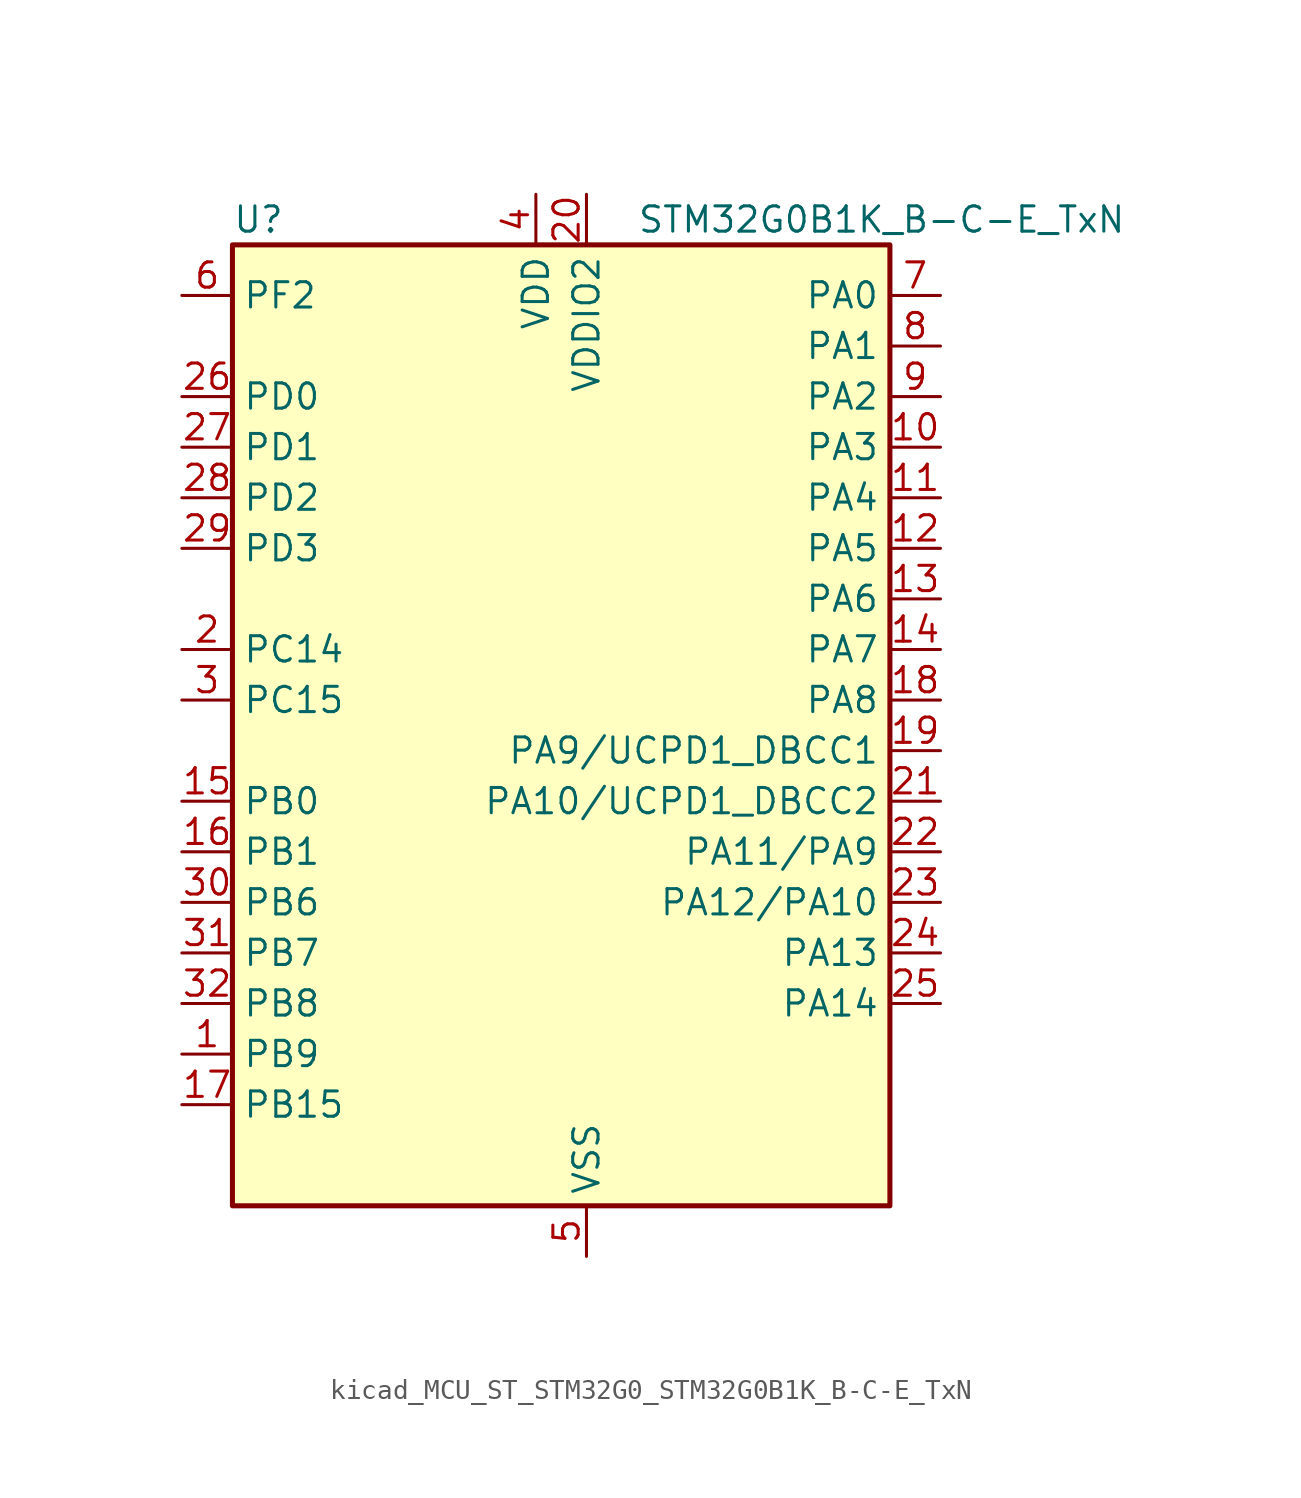
<source format=kicad_sym>
(kicad_symbol_lib
  (version 20220914)
  (generator kicad_symbol_editor)
  (symbol "kicad_MCU_ST_STM32G0_STM32G0B1K_B-C-E_TxN"
    (property "Reference" "U"
      (at -15.24 26.67 0)
      (effects (font (size 1.27 1.27)) (justify left)))
    (property "Value" "STM32G0B1K_B-C-E_TxN"
      (at 5.08 26.67 0)
      (effects (font (size 1.27 1.27)) (justify left)))
    (property "ki_locked" ""
      (at 0 0 0)
      (effects (font (size 1.27 1.27))))
    (symbol "kicad_MCU_ST_STM32G0_STM32G0B1K_B-C-E_TxN_0_1"
      (rectangle (start -15.24 -22.86) (end 17.78 25.4) (stroke (width 0.254) (type default)) (fill (type background))))
    (symbol "kicad_MCU_ST_STM32G0_STM32G0B1K_B-C-E_TxN_1_1"
      (pin bidirectional line (at -17.78 -15.24 0) (length 2.54) (name "PB9" (effects (font (size 1.27 1.27)))) (number "1" (effects (font (size 1.27 1.27)))) (alternate "DAC1_EXTI9" bidirectional line) (alternate "FDCAN1_TX" bidirectional line) (alternate "I2C1_SDA" bidirectional line) (alternate "I2S2_WS" bidirectional line) (alternate "IR_OUT" bidirectional line) (alternate "SPI2_NSS" bidirectional line) (alternate "TIM17_CH1" bidirectional line) (alternate "TIM4_CH4" bidirectional line) (alternate "UCPD2_FRSTX1" bidirectional line) (alternate "UCPD2_FRSTX2" bidirectional line) (alternate "USART3_RX" bidirectional line) (alternate "USART6_RX" bidirectional line))
      (pin bidirectional line (at 20.32 15.24 180) (length 2.54) (name "PA3" (effects (font (size 1.27 1.27)))) (number "10" (effects (font (size 1.27 1.27)))) (alternate "ADC1_IN3" bidirectional line) (alternate "COMP2_INP" bidirectional line) (alternate "I2S2_MCK" bidirectional line) (alternate "LPUART1_RX" bidirectional line) (alternate "SPI2_MISO" bidirectional line) (alternate "TIM15_CH2" bidirectional line) (alternate "TIM2_CH4" bidirectional line) (alternate "UCPD2_FRSTX1" bidirectional line) (alternate "UCPD2_FRSTX2" bidirectional line) (alternate "USART2_RX" bidirectional line))
      (pin bidirectional line (at 20.32 12.7 180) (length 2.54) (name "PA4" (effects (font (size 1.27 1.27)))) (number "11" (effects (font (size 1.27 1.27)))) (alternate "ADC1_IN4" bidirectional line) (alternate "DAC1_OUT1" bidirectional line) (alternate "I2S1_WS" bidirectional line) (alternate "I2S2_SD" bidirectional line) (alternate "LPTIM2_OUT" bidirectional line) (alternate "RTC_OUT1" bidirectional line) (alternate "RTC_TAMP_IN1" bidirectional line) (alternate "RTC_TS" bidirectional line) (alternate "SPI1_NSS" bidirectional line) (alternate "SPI2_MOSI" bidirectional line) (alternate "SYS_WKUP2" bidirectional line) (alternate "TIM14_CH1" bidirectional line) (alternate "UCPD2_FRSTX1" bidirectional line) (alternate "UCPD2_FRSTX2" bidirectional line) (alternate "USART6_TX" bidirectional line) (alternate "USB_NOE" bidirectional line))
      (pin bidirectional line (at 20.32 10.16 180) (length 2.54) (name "PA5" (effects (font (size 1.27 1.27)))) (number "12" (effects (font (size 1.27 1.27)))) (alternate "ADC1_IN5" bidirectional line) (alternate "CEC" bidirectional line) (alternate "DAC1_OUT2" bidirectional line) (alternate "I2S1_CK" bidirectional line) (alternate "LPTIM2_ETR" bidirectional line) (alternate "SPI1_SCK" bidirectional line) (alternate "TIM2_CH1" bidirectional line) (alternate "TIM2_ETR" bidirectional line) (alternate "UCPD1_FRSTX1" bidirectional line) (alternate "UCPD1_FRSTX2" bidirectional line) (alternate "USART3_TX" bidirectional line) (alternate "USART6_RX" bidirectional line))
      (pin bidirectional line (at 20.32 7.62 180) (length 2.54) (name "PA6" (effects (font (size 1.27 1.27)))) (number "13" (effects (font (size 1.27 1.27)))) (alternate "ADC1_IN6" bidirectional line) (alternate "COMP1_OUT" bidirectional line) (alternate "I2C2_SDA" bidirectional line) (alternate "I2C3_SDA" bidirectional line) (alternate "I2S1_MCK" bidirectional line) (alternate "LPUART1_CTS" bidirectional line) (alternate "SPI1_MISO" bidirectional line) (alternate "TIM16_CH1" bidirectional line) (alternate "TIM1_BK" bidirectional line) (alternate "TIM3_CH1" bidirectional line) (alternate "USART3_CTS" bidirectional line) (alternate "USART3_NSS" bidirectional line) (alternate "USART6_CTS" bidirectional line) (alternate "USART6_NSS" bidirectional line))
      (pin bidirectional line (at 20.32 5.08 180) (length 2.54) (name "PA7" (effects (font (size 1.27 1.27)))) (number "14" (effects (font (size 1.27 1.27)))) (alternate "ADC1_IN7" bidirectional line) (alternate "COMP2_OUT" bidirectional line) (alternate "I2C2_SCL" bidirectional line) (alternate "I2C3_SCL" bidirectional line) (alternate "I2S1_SD" bidirectional line) (alternate "SPI1_MOSI" bidirectional line) (alternate "TIM14_CH1" bidirectional line) (alternate "TIM17_CH1" bidirectional line) (alternate "TIM1_CH1N" bidirectional line) (alternate "TIM3_CH2" bidirectional line) (alternate "UCPD1_FRSTX1" bidirectional line) (alternate "UCPD1_FRSTX2" bidirectional line) (alternate "USART6_CK" bidirectional line) (alternate "USART6_DE" bidirectional line) (alternate "USART6_RTS" bidirectional line))
      (pin bidirectional line (at -17.78 -2.54 0) (length 2.54) (name "PB0" (effects (font (size 1.27 1.27)))) (number "15" (effects (font (size 1.27 1.27)))) (alternate "ADC1_IN8" bidirectional line) (alternate "COMP1_OUT" bidirectional line) (alternate "COMP3_INP" bidirectional line) (alternate "FDCAN2_RX" bidirectional line) (alternate "I2S1_WS" bidirectional line) (alternate "LPTIM1_OUT" bidirectional line) (alternate "LPUART2_CTS" bidirectional line) (alternate "SPI1_NSS" bidirectional line) (alternate "TIM1_CH2N" bidirectional line) (alternate "TIM3_CH3" bidirectional line) (alternate "UCPD1_FRSTX1" bidirectional line) (alternate "UCPD1_FRSTX2" bidirectional line) (alternate "USART3_RX" bidirectional line) (alternate "USART5_TX" bidirectional line))
      (pin bidirectional line (at -17.78 -5.08 0) (length 2.54) (name "PB1" (effects (font (size 1.27 1.27)))) (number "16" (effects (font (size 1.27 1.27)))) (alternate "ADC1_IN9" bidirectional line) (alternate "COMP1_INM" bidirectional line) (alternate "COMP3_OUT" bidirectional line) (alternate "FDCAN2_TX" bidirectional line) (alternate "LPTIM2_IN1" bidirectional line) (alternate "LPUART1_DE" bidirectional line) (alternate "LPUART1_RTS" bidirectional line) (alternate "LPUART2_DE" bidirectional line) (alternate "LPUART2_RTS" bidirectional line) (alternate "TIM14_CH1" bidirectional line) (alternate "TIM1_CH3N" bidirectional line) (alternate "TIM3_CH4" bidirectional line) (alternate "USART3_CK" bidirectional line) (alternate "USART3_DE" bidirectional line) (alternate "USART3_RTS" bidirectional line) (alternate "USART5_RX" bidirectional line))
      (pin bidirectional line (at -17.78 -17.78 0) (length 2.54) (name "PB15" (effects (font (size 1.27 1.27)))) (number "17" (effects (font (size 1.27 1.27)))) (alternate "I2S2_SD" bidirectional line) (alternate "RTC_REFIN" bidirectional line) (alternate "SPI2_MOSI" bidirectional line) (alternate "TIM15_CH1N" bidirectional line) (alternate "TIM15_CH2" bidirectional line) (alternate "TIM1_CH3N" bidirectional line) (alternate "UCPD1_CC2" bidirectional line) (alternate "USART6_CTS" bidirectional line) (alternate "USART6_NSS" bidirectional line))
      (pin bidirectional line (at 20.32 2.54 180) (length 2.54) (name "PA8" (effects (font (size 1.27 1.27)))) (number "18" (effects (font (size 1.27 1.27)))) (alternate "CRS1_SYNC" bidirectional line) (alternate "I2C2_SMBA" bidirectional line) (alternate "I2S2_WS" bidirectional line) (alternate "LPTIM2_OUT" bidirectional line) (alternate "RCC_MCO" bidirectional line) (alternate "SPI2_NSS" bidirectional line) (alternate "TIM1_CH1" bidirectional line) (alternate "UCPD1_CC1" bidirectional line))
      (pin bidirectional line (at 20.32 0 180) (length 2.54) (name "PA9/UCPD1_DBCC1" (effects (font (size 1.27 1.27)))) (number "19" (effects (font (size 1.27 1.27)))) (alternate "DAC1_EXTI9" bidirectional line) (alternate "I2C1_SCL" bidirectional line) (alternate "I2C2_SCL" bidirectional line) (alternate "I2S2_MCK" bidirectional line) (alternate "RCC_MCO" bidirectional line) (alternate "SPI2_MISO" bidirectional line) (alternate "TIM15_BK" bidirectional line) (alternate "TIM1_CH2" bidirectional line) (alternate "UCPD1_DBCC1" bidirectional line) (alternate "USART1_TX" bidirectional line))
      (pin bidirectional line (at -17.78 5.08 0) (length 2.54) (name "PC14" (effects (font (size 1.27 1.27)))) (number "2" (effects (font (size 1.27 1.27)))) (alternate "RCC_OSC32_IN" bidirectional line) (alternate "RCC_OSC_IN" bidirectional line) (alternate "TIM1_BK2" bidirectional line))
      (pin power_in line (at 2.54 27.94 270) (length 2.54) (name "VDDIO2" (effects (font (size 1.27 1.27)))) (number "20" (effects (font (size 1.27 1.27)))))
      (pin bidirectional line (at 20.32 -2.54 180) (length 2.54) (name "PA10/UCPD1_DBCC2" (effects (font (size 1.27 1.27)))) (number "21" (effects (font (size 1.27 1.27)))) (alternate "I2C1_SDA" bidirectional line) (alternate "I2C2_SDA" bidirectional line) (alternate "I2S2_SD" bidirectional line) (alternate "RCC_MCO_2" bidirectional line) (alternate "SPI2_MOSI" bidirectional line) (alternate "TIM17_BK" bidirectional line) (alternate "TIM1_CH3" bidirectional line) (alternate "UCPD1_DBCC2" bidirectional line) (alternate "USART1_RX" bidirectional line))
      (pin bidirectional line (at 20.32 -5.08 180) (length 2.54) (name "PA11/PA9" (effects (font (size 1.27 1.27)))) (number "22" (effects (font (size 1.27 1.27)))) (alternate "ADC1_EXTI11" bidirectional line) (alternate "COMP1_OUT" bidirectional line) (alternate "FDCAN1_RX" bidirectional line) (alternate "I2C2_SCL" bidirectional line) (alternate "I2S1_MCK" bidirectional line) (alternate "SPI1_MISO" bidirectional line) (alternate "TIM1_BK2" bidirectional line) (alternate "TIM1_CH4" bidirectional line) (alternate "USART1_CTS" bidirectional line) (alternate "USART1_NSS" bidirectional line) (alternate "USB_DM" bidirectional line))
      (pin bidirectional line (at 20.32 -7.62 180) (length 2.54) (name "PA12/PA10" (effects (font (size 1.27 1.27)))) (number "23" (effects (font (size 1.27 1.27)))) (alternate "COMP2_OUT" bidirectional line) (alternate "FDCAN1_TX" bidirectional line) (alternate "I2C2_SDA" bidirectional line) (alternate "I2S1_SD" bidirectional line) (alternate "I2S_CKIN" bidirectional line) (alternate "SPI1_MOSI" bidirectional line) (alternate "TIM1_ETR" bidirectional line) (alternate "USART1_CK" bidirectional line) (alternate "USART1_DE" bidirectional line) (alternate "USART1_RTS" bidirectional line) (alternate "USB_DP" bidirectional line))
      (pin bidirectional line (at 20.32 -10.16 180) (length 2.54) (name "PA13" (effects (font (size 1.27 1.27)))) (number "24" (effects (font (size 1.27 1.27)))) (alternate "IR_OUT" bidirectional line) (alternate "LPUART2_RX" bidirectional line) (alternate "SYS_SWDIO" bidirectional line) (alternate "USB_NOE" bidirectional line))
      (pin bidirectional line (at 20.32 -12.7 180) (length 2.54) (name "PA14" (effects (font (size 1.27 1.27)))) (number "25" (effects (font (size 1.27 1.27)))) (alternate "LPUART2_TX" bidirectional line) (alternate "SYS_SWCLK" bidirectional line) (alternate "USART2_TX" bidirectional line))
      (pin bidirectional line (at -17.78 17.78 0) (length 2.54) (name "PD0" (effects (font (size 1.27 1.27)))) (number "26" (effects (font (size 1.27 1.27)))) (alternate "FDCAN1_RX" bidirectional line) (alternate "I2S2_WS" bidirectional line) (alternate "SPI2_NSS" bidirectional line) (alternate "TIM16_CH1" bidirectional line) (alternate "UCPD2_CC1" bidirectional line))
      (pin bidirectional line (at -17.78 15.24 0) (length 2.54) (name "PD1" (effects (font (size 1.27 1.27)))) (number "27" (effects (font (size 1.27 1.27)))) (alternate "FDCAN1_TX" bidirectional line) (alternate "I2S2_CK" bidirectional line) (alternate "SPI2_SCK" bidirectional line) (alternate "TIM17_CH1" bidirectional line) (alternate "UCPD2_DBCC1" bidirectional line))
      (pin bidirectional line (at -17.78 12.7 0) (length 2.54) (name "PD2" (effects (font (size 1.27 1.27)))) (number "28" (effects (font (size 1.27 1.27)))) (alternate "TIM1_CH1N" bidirectional line) (alternate "TIM3_ETR" bidirectional line) (alternate "UCPD2_CC2" bidirectional line) (alternate "USART3_CK" bidirectional line) (alternate "USART3_DE" bidirectional line) (alternate "USART3_RTS" bidirectional line) (alternate "USART5_RX" bidirectional line))
      (pin bidirectional line (at -17.78 10.16 0) (length 2.54) (name "PD3" (effects (font (size 1.27 1.27)))) (number "29" (effects (font (size 1.27 1.27)))) (alternate "I2S2_MCK" bidirectional line) (alternate "SPI2_MISO" bidirectional line) (alternate "TIM1_CH2N" bidirectional line) (alternate "UCPD2_DBCC2" bidirectional line) (alternate "USART2_CTS" bidirectional line) (alternate "USART2_NSS" bidirectional line) (alternate "USART5_TX" bidirectional line))
      (pin bidirectional line (at -17.78 2.54 0) (length 2.54) (name "PC15" (effects (font (size 1.27 1.27)))) (number "3" (effects (font (size 1.27 1.27)))) (alternate "RCC_OSC32_EN" bidirectional line) (alternate "RCC_OSC32_OUT" bidirectional line) (alternate "RCC_OSC_EN" bidirectional line) (alternate "TIM15_BK" bidirectional line))
      (pin bidirectional line (at -17.78 -7.62 0) (length 2.54) (name "PB6" (effects (font (size 1.27 1.27)))) (number "30" (effects (font (size 1.27 1.27)))) (alternate "COMP2_INP" bidirectional line) (alternate "FDCAN2_TX" bidirectional line) (alternate "I2C1_SCL" bidirectional line) (alternate "I2S2_MCK" bidirectional line) (alternate "LPTIM1_ETR" bidirectional line) (alternate "LPUART2_TX" bidirectional line) (alternate "SPI2_MISO" bidirectional line) (alternate "TIM16_CH1N" bidirectional line) (alternate "TIM1_CH3" bidirectional line) (alternate "TIM4_CH1" bidirectional line) (alternate "USART1_TX" bidirectional line) (alternate "USART5_CTS" bidirectional line) (alternate "USART5_NSS" bidirectional line))
      (pin bidirectional line (at -17.78 -10.16 0) (length 2.54) (name "PB7" (effects (font (size 1.27 1.27)))) (number "31" (effects (font (size 1.27 1.27)))) (alternate "COMP2_INM" bidirectional line) (alternate "I2C1_SDA" bidirectional line) (alternate "I2S2_SD" bidirectional line) (alternate "LPTIM1_IN2" bidirectional line) (alternate "LPUART2_RX" bidirectional line) (alternate "SPI2_MOSI" bidirectional line) (alternate "SYS_PVD_IN" bidirectional line) (alternate "TIM17_CH1N" bidirectional line) (alternate "TIM4_CH2" bidirectional line) (alternate "USART1_RX" bidirectional line) (alternate "USART4_CTS" bidirectional line) (alternate "USART4_NSS" bidirectional line))
      (pin bidirectional line (at -17.78 -12.7 0) (length 2.54) (name "PB8" (effects (font (size 1.27 1.27)))) (number "32" (effects (font (size 1.27 1.27)))) (alternate "CEC" bidirectional line) (alternate "FDCAN1_RX" bidirectional line) (alternate "I2C1_SCL" bidirectional line) (alternate "I2S2_CK" bidirectional line) (alternate "SPI2_SCK" bidirectional line) (alternate "TIM15_BK" bidirectional line) (alternate "TIM16_CH1" bidirectional line) (alternate "TIM4_CH3" bidirectional line) (alternate "USART3_TX" bidirectional line) (alternate "USART6_TX" bidirectional line))
      (pin power_in line (at 0 27.94 270) (length 2.54) (name "VDD" (effects (font (size 1.27 1.27)))) (number "4" (effects (font (size 1.27 1.27)))))
      (pin power_in line (at 2.54 -25.4 90) (length 2.54) (name "VSS" (effects (font (size 1.27 1.27)))) (number "5" (effects (font (size 1.27 1.27)))))
      (pin bidirectional line (at -17.78 22.86 0) (length 2.54) (name "PF2" (effects (font (size 1.27 1.27)))) (number "6" (effects (font (size 1.27 1.27)))) (alternate "LPUART2_DE" bidirectional line) (alternate "LPUART2_RTS" bidirectional line) (alternate "LPUART2_TX" bidirectional line) (alternate "RCC_MCO" bidirectional line))
      (pin bidirectional line (at 20.32 22.86 180) (length 2.54) (name "PA0" (effects (font (size 1.27 1.27)))) (number "7" (effects (font (size 1.27 1.27)))) (alternate "ADC1_IN0" bidirectional line) (alternate "COMP1_INM" bidirectional line) (alternate "COMP1_OUT" bidirectional line) (alternate "I2S2_CK" bidirectional line) (alternate "LPTIM1_OUT" bidirectional line) (alternate "RTC_TAMP_IN2" bidirectional line) (alternate "SPI2_SCK" bidirectional line) (alternate "SYS_WKUP1" bidirectional line) (alternate "TIM2_CH1" bidirectional line) (alternate "TIM2_ETR" bidirectional line) (alternate "UCPD2_FRSTX1" bidirectional line) (alternate "UCPD2_FRSTX2" bidirectional line) (alternate "USART2_CTS" bidirectional line) (alternate "USART2_NSS" bidirectional line) (alternate "USART4_TX" bidirectional line))
      (pin bidirectional line (at 20.32 20.32 180) (length 2.54) (name "PA1" (effects (font (size 1.27 1.27)))) (number "8" (effects (font (size 1.27 1.27)))) (alternate "ADC1_IN1" bidirectional line) (alternate "COMP1_INP" bidirectional line) (alternate "I2C1_SMBA" bidirectional line) (alternate "I2S1_CK" bidirectional line) (alternate "SPI1_SCK" bidirectional line) (alternate "TIM15_CH1N" bidirectional line) (alternate "TIM2_CH2" bidirectional line) (alternate "USART2_CK" bidirectional line) (alternate "USART2_DE" bidirectional line) (alternate "USART2_RTS" bidirectional line) (alternate "USART4_RX" bidirectional line))
      (pin bidirectional line (at 20.32 17.78 180) (length 2.54) (name "PA2" (effects (font (size 1.27 1.27)))) (number "9" (effects (font (size 1.27 1.27)))) (alternate "ADC1_IN2" bidirectional line) (alternate "COMP2_INM" bidirectional line) (alternate "COMP2_OUT" bidirectional line) (alternate "I2S1_SD" bidirectional line) (alternate "LPUART1_TX" bidirectional line) (alternate "RCC_LSCO" bidirectional line) (alternate "SPI1_MOSI" bidirectional line) (alternate "SYS_WKUP4" bidirectional line) (alternate "TIM15_CH1" bidirectional line) (alternate "TIM2_CH3" bidirectional line) (alternate "UCPD1_FRSTX1" bidirectional line) (alternate "UCPD1_FRSTX2" bidirectional line) (alternate "USART2_TX" bidirectional line)))))
</source>
